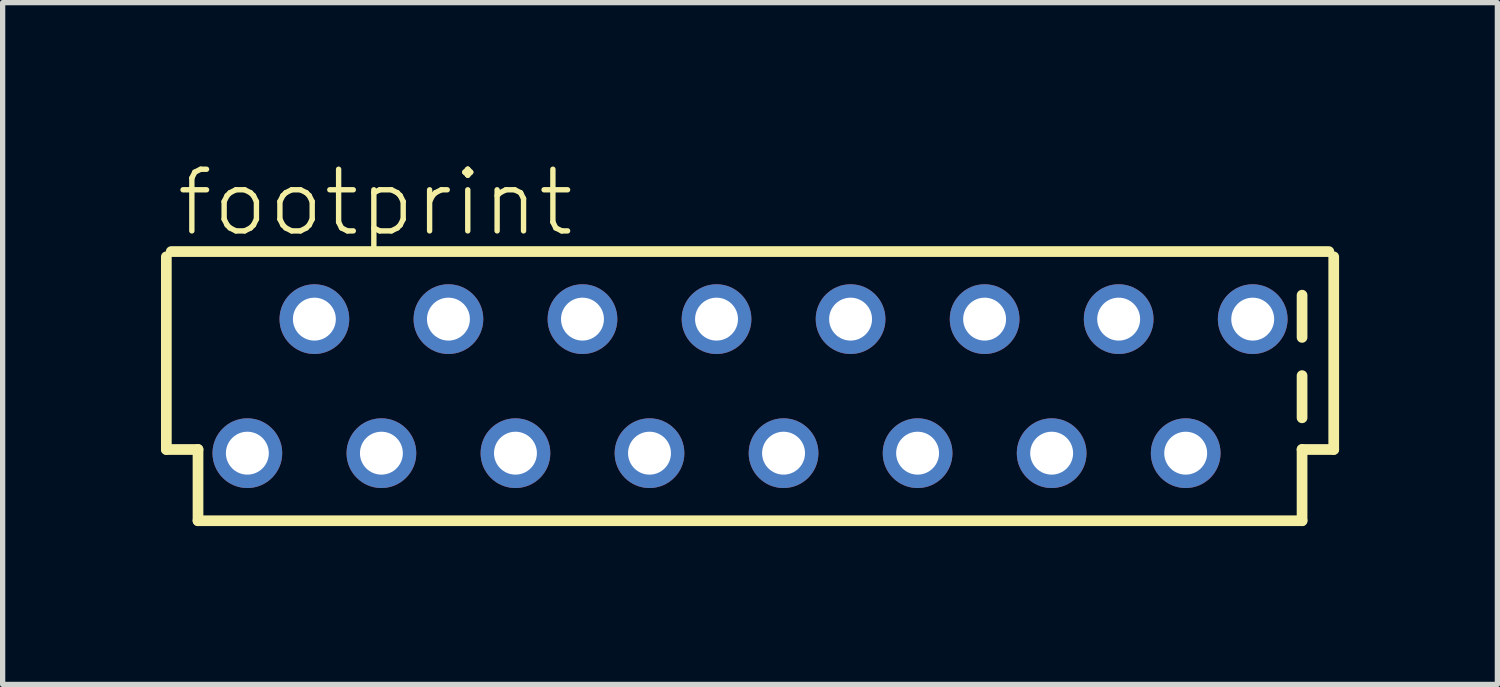
<source format=kicad_pcb>
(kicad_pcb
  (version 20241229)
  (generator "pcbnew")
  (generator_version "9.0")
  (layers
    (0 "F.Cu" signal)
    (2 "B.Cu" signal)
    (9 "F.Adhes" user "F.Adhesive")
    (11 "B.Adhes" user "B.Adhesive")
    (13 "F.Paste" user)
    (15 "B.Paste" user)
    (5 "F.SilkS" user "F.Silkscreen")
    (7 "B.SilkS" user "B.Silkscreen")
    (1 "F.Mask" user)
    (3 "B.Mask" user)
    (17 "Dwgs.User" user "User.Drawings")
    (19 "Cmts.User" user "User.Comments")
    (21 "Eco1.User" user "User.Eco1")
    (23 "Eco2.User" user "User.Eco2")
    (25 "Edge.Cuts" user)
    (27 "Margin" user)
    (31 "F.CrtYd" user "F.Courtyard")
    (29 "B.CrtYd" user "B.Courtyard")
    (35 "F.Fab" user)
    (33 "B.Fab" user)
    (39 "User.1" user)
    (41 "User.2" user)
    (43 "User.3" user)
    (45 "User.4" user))
  (footprint "footprint"
    (layer "F.Cu")
    (at 11.162 4.267)
    (property "Reference" "footprint" (at -10.922 -2.794 0) (layer "F.SilkS") (effects (font (size 1.168 1.168) (thickness 0.102)) (justify left bottom)))
    (fp_line (start -11.06 -2.451) (end -11.06 1.2) (stroke (width 0.203) (type solid)) (layer "F.SilkS"))
    (fp_line (start -11.06 1.2) (end -10.46 1.2) (stroke (width 0.203) (type solid)) (layer "F.SilkS"))
    (fp_line (start -10.46 1.2) (end -10.46 2.55) (stroke (width 0.203) (type solid)) (layer "F.SilkS"))
    (fp_line (start -10.46 2.55) (end 10.46 2.55) (stroke (width 0.203) (type solid)) (layer "F.SilkS"))
    (fp_line (start 10.46 -1.724) (end 10.46 -0.924) (stroke (width 0.203) (type solid)) (layer "F.SilkS"))
    (fp_line (start 10.46 -0.2) (end 10.46 0.6) (stroke (width 0.203) (type solid)) (layer "F.SilkS"))
    (fp_line (start 10.46 1.2) (end 11.06 1.2) (stroke (width 0.203) (type solid)) (layer "F.SilkS"))
    (fp_line (start 10.46 2.55) (end 10.46 1.2) (stroke (width 0.203) (type solid)) (layer "F.SilkS"))
    (fp_line (start 10.968 -2.55) (end -10.968 -2.55) (stroke (width 0.203) (type solid)) (layer "F.SilkS"))
    (fp_line (start 11.06 1.2) (end 11.06 -2.451) (stroke (width 0.203) (type solid)) (layer "F.SilkS"))
    (pad "1" thru_hole circle (at -9.525 1.27) (size 1.321 1.321) (drill 0.813) (layers "*.Cu" "*.Mask"))
    (pad "2" thru_hole circle (at -8.255 -1.27) (size 1.321 1.321) (drill 0.813) (layers "*.Cu" "*.Mask"))
    (pad "3" thru_hole circle (at -6.985 1.27) (size 1.321 1.321) (drill 0.813) (layers "*.Cu" "*.Mask"))
    (pad "4" thru_hole circle (at -5.715 -1.27) (size 1.321 1.321) (drill 0.813) (layers "*.Cu" "*.Mask"))
    (pad "5" thru_hole circle (at -4.445 1.27) (size 1.321 1.321) (drill 0.813) (layers "*.Cu" "*.Mask"))
    (pad "6" thru_hole circle (at -3.175 -1.27) (size 1.321 1.321) (drill 0.813) (layers "*.Cu" "*.Mask"))
    (pad "7" thru_hole circle (at -1.905 1.27) (size 1.321 1.321) (drill 0.813) (layers "*.Cu" "*.Mask"))
    (pad "8" thru_hole circle (at -0.635 -1.27) (size 1.321 1.321) (drill 0.813) (layers "*.Cu" "*.Mask"))
    (pad "9" thru_hole circle (at 0.635 1.27) (size 1.321 1.321) (drill 0.813) (layers "*.Cu" "*.Mask"))
    (pad "10" thru_hole circle (at 1.905 -1.27) (size 1.321 1.321) (drill 0.813) (layers "*.Cu" "*.Mask"))
    (pad "11" thru_hole circle (at 3.175 1.27) (size 1.321 1.321) (drill 0.813) (layers "*.Cu" "*.Mask"))
    (pad "12" thru_hole circle (at 4.445 -1.27) (size 1.321 1.321) (drill 0.813) (layers "*.Cu" "*.Mask"))
    (pad "13" thru_hole circle (at 5.715 1.27) (size 1.321 1.321) (drill 0.813) (layers "*.Cu" "*.Mask"))
    (pad "14" thru_hole circle (at 6.985 -1.27) (size 1.321 1.321) (drill 0.813) (layers "*.Cu" "*.Mask"))
    (pad "15" thru_hole circle (at 8.255 1.27) (size 1.321 1.321) (drill 0.813) (layers "*.Cu" "*.Mask"))
    (pad "16" thru_hole circle (at 9.525 -1.27) (size 1.321 1.321) (drill 0.813) (layers "*.Cu" "*.Mask")))
  (gr_rect
    (start -3 -3)
    (end 25.323 9.919)
    (stroke (width 0.1) (type default))
    (fill no)
    (layer "Edge.Cuts")))
</source>
